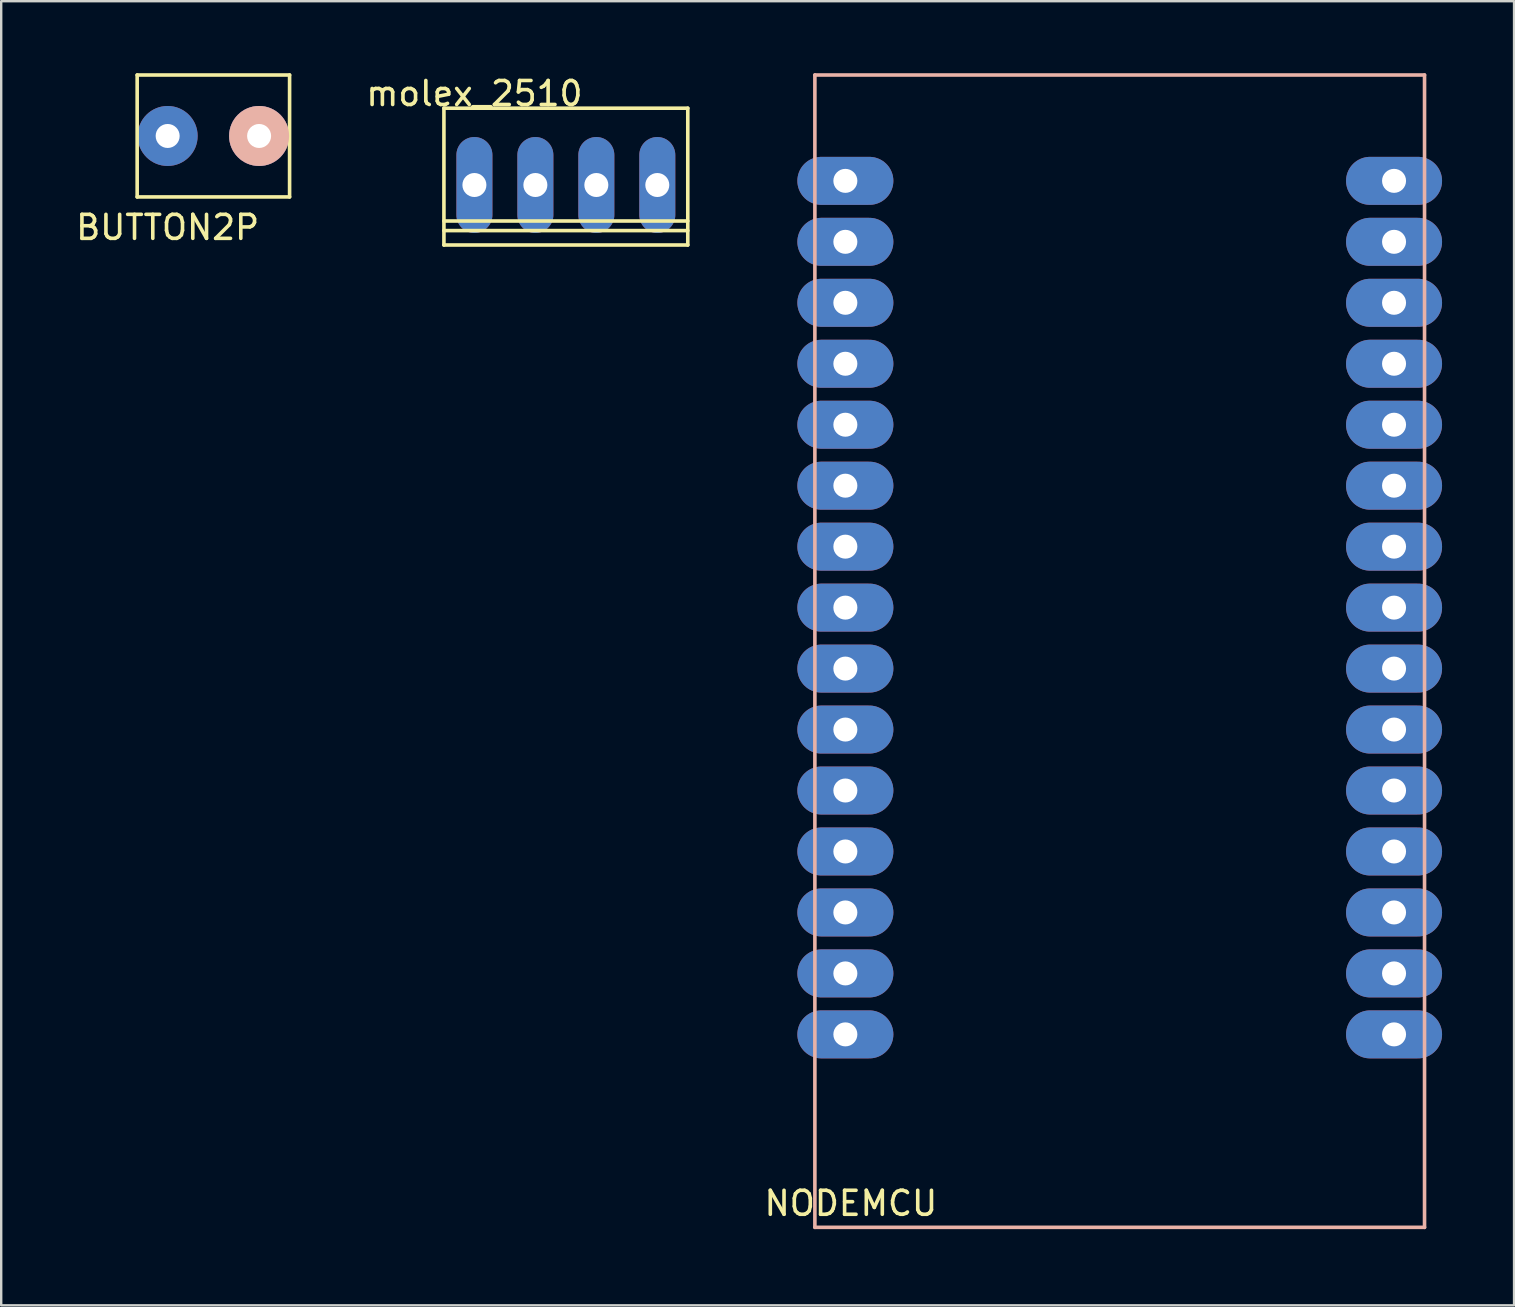
<source format=kicad_pcb>
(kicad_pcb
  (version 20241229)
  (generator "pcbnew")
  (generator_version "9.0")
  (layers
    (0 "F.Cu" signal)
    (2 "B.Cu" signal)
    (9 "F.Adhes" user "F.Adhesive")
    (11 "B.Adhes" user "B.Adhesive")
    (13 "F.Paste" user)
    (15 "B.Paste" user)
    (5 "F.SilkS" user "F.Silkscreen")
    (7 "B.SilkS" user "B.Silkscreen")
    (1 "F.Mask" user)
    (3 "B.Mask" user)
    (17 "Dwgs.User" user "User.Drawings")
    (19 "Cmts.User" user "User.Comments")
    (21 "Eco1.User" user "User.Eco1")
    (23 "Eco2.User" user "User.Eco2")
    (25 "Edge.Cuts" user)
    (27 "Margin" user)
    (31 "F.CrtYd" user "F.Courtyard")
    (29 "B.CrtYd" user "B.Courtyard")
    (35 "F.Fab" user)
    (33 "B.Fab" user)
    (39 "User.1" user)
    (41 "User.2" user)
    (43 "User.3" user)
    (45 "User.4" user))
  (footprint "NODEMCU"
    (layer "F.Cu")
    (at 30.9 48.085)
    (property "Reference" "NODEMCU" (at 1.5 -1 0) (layer "F.SilkS") (effects (font (size 1 1) (thickness 0.15))))
    (attr through_hole)
    (fp_line (start 0 -48.01) (end 25.4 -48.01) (stroke (width 0.15) (type solid)) (layer "B.SilkS"))
    (fp_line (start 0 0) (end 0 -48.01) (stroke (width 0.15) (type solid)) (layer "B.SilkS"))
    (fp_line (start 0 0) (end 25.4 0) (stroke (width 0.15) (type solid)) (layer "B.SilkS"))
    (fp_line (start 25.4 0) (end 25.4 -48.01) (stroke (width 0.15) (type solid)) (layer "B.SilkS"))
    (pad "3V3" thru_hole oval (at 1.27 -18.2) (size 4 2) (drill 1) (layers "*.Cu" "*.Mask"))
    (pad "3V3" thru_hole oval (at 24.13 -30.9) (size 4 2) (drill 1) (layers "*.Cu" "*.Mask"))
    (pad "3V3" thru_hole oval (at 24.13 -8.04) (size 4 2) (drill 1) (layers "*.Cu" "*.Mask"))
    (pad "A0" thru_hole oval (at 1.27 -43.6) (size 4 2) (drill 1) (layers "*.Cu" "*.Mask"))
    (pad "CLK" thru_hole oval (at 1.27 -23.28) (size 4 2) (drill 1) (layers "*.Cu" "*.Mask"))
    (pad "CMD" thru_hole oval (at 1.27 -28.36) (size 4 2) (drill 1) (layers "*.Cu" "*.Mask"))
    (pad "D0" thru_hole oval (at 24.13 -43.6) (size 4 2) (drill 1) (layers "*.Cu" "*.Mask"))
    (pad "D1" thru_hole oval (at 24.13 -41.06) (size 4 2) (drill 1) (layers "*.Cu" "*.Mask"))
    (pad "D2" thru_hole oval (at 24.13 -38.52) (size 4 2) (drill 1) (layers "*.Cu" "*.Mask"))
    (pad "D3" thru_hole oval (at 24.13 -35.98) (size 4 2) (drill 1) (layers "*.Cu" "*.Mask"))
    (pad "D4" thru_hole oval (at 24.13 -33.44) (size 4 2) (drill 1) (layers "*.Cu" "*.Mask"))
    (pad "D5" thru_hole oval (at 24.13 -25.82) (size 4 2) (drill 1) (layers "*.Cu" "*.Mask"))
    (pad "D6" thru_hole oval (at 24.13 -23.28) (size 4 2) (drill 1) (layers "*.Cu" "*.Mask"))
    (pad "D7" thru_hole oval (at 24.13 -20.74) (size 4 2) (drill 1) (layers "*.Cu" "*.Mask"))
    (pad "D8" thru_hole oval (at 24.13 -18.2) (size 4 2) (drill 1) (layers "*.Cu" "*.Mask"))
    (pad "EN" thru_hole oval (at 1.27 -15.66) (size 4 2) (drill 1) (layers "*.Cu" "*.Mask"))
    (pad "GND" thru_hole oval (at 1.27 -20.74) (size 4 2) (drill 1) (layers "*.Cu" "*.Mask"))
    (pad "GND" thru_hole oval (at 1.27 -10.58) (size 4 2) (drill 1) (layers "*.Cu" "*.Mask"))
    (pad "GND" thru_hole oval (at 24.13 -28.36) (size 4 2) (drill 1) (layers "*.Cu" "*.Mask"))
    (pad "GND" thru_hole oval (at 24.13 -10.58) (size 4 2) (drill 1) (layers "*.Cu" "*.Mask"))
    (pad "R1" thru_hole oval (at 1.27 -41.06) (size 4 2) (drill 1) (layers "*.Cu" "*.Mask"))
    (pad "R2" thru_hole oval (at 1.27 -38.52) (size 4 2) (drill 1) (layers "*.Cu" "*.Mask"))
    (pad "RST" thru_hole oval (at 1.27 -13.12) (size 4 2) (drill 1) (layers "*.Cu" "*.Mask"))
    (pad "RX" thru_hole oval (at 24.13 -15.66) (size 4 2) (drill 1) (layers "*.Cu" "*.Mask"))
    (pad "SD0" thru_hole oval (at 1.27 -25.82) (size 4 2) (drill 1) (layers "*.Cu" "*.Mask"))
    (pad "SD1" thru_hole oval (at 1.27 -30.9) (size 4 2) (drill 1) (layers "*.Cu" "*.Mask"))
    (pad "SD2" thru_hole oval (at 1.27 -33.44) (size 4 2) (drill 1) (layers "*.Cu" "*.Mask"))
    (pad "SD3" thru_hole oval (at 1.27 -35.98) (size 4 2) (drill 1) (layers "*.Cu" "*.Mask"))
    (pad "TX" thru_hole oval (at 24.13 -13.12) (size 4 2) (drill 1) (layers "*.Cu" "*.Mask"))
    (pad "VIN" thru_hole oval (at 1.27 -8.04) (size 4 2) (drill 1) (layers "*.Cu" "*.Mask")))
  (footprint "BUTTON2P"
    (layer "F.Cu")
    (at 3.935 2.615)
    (property "Reference" "BUTTON2P" (at 0 3.81 0) (layer "F.SilkS") (effects (font (size 1 1) (thickness 0.15))))
    (attr through_hole)
    (fp_line (start -1.27 -2.54) (end -1.27 2.54) (stroke (width 0.15) (type solid)) (layer "F.SilkS"))
    (fp_line (start -1.27 2.54) (end 5.08 2.54) (stroke (width 0.15) (type solid)) (layer "F.SilkS"))
    (fp_line (start 5.08 -2.54) (end -1.27 -2.54) (stroke (width 0.15) (type solid)) (layer "F.SilkS"))
    (fp_line (start 5.08 2.54) (end 5.08 -2.54) (stroke (width 0.15) (type solid)) (layer "F.SilkS"))
    (pad "1" thru_hole circle (at 0 0) (size 2.5 2.5) (drill 1) (layers "*.Cu" "*.Mask"))
    (pad "2" thru_hole circle (at 3.81 0) (size 2.5 2.5) (drill 1) (layers "*.Cu" "F.Mask" "B.SilkS")))
  (footprint "molex_2510"
    (layer "F.Cu")
    (at 16.715 4.658)
    (property "Reference" "molex_2510" (at 0 -3.81 0) (layer "F.SilkS") (effects (font (size 1 1) (thickness 0.15))))
    (attr through_hole)
    (fp_line (start -1.27 -3.2) (end 8.89 -3.2) (stroke (width 0.15) (type solid)) (layer "F.SilkS"))
    (fp_line (start -1.27 1.5) (end 8.89 1.5) (stroke (width 0.15) (type solid)) (layer "F.SilkS"))
    (fp_line (start -1.27 1.9) (end 8.89 1.9) (stroke (width 0.15) (type solid)) (layer "F.SilkS"))
    (fp_line (start -1.27 2.5) (end -1.27 -3.2) (stroke (width 0.15) (type solid)) (layer "F.SilkS"))
    (fp_line (start -1.27 2.5) (end 8.89 2.5) (stroke (width 0.15) (type solid)) (layer "F.SilkS"))
    (fp_line (start 8.89 2.5) (end 8.89 -3.2) (stroke (width 0.15) (type solid)) (layer "F.SilkS"))
    (pad "1" thru_hole oval (at 0 0) (size 1.5 4) (drill 1) (layers "*.Cu" "*.Mask"))
    (pad "2" thru_hole oval (at 2.54 0) (size 1.5 4) (drill 1) (layers "*.Cu" "*.Mask"))
    (pad "3" thru_hole oval (at 5.08 0) (size 1.5 4) (drill 1) (layers "*.Cu" "*.Mask"))
    (pad "4" thru_hole oval (at 7.62 0) (size 1.5 4) (drill 1) (layers "*.Cu" "*.Mask")))
  (gr_rect
    (start -3 -3)
    (end 60.03 51.335)
    (stroke (width 0.1) (type default))
    (fill no)
    (layer "Edge.Cuts")))
</source>
